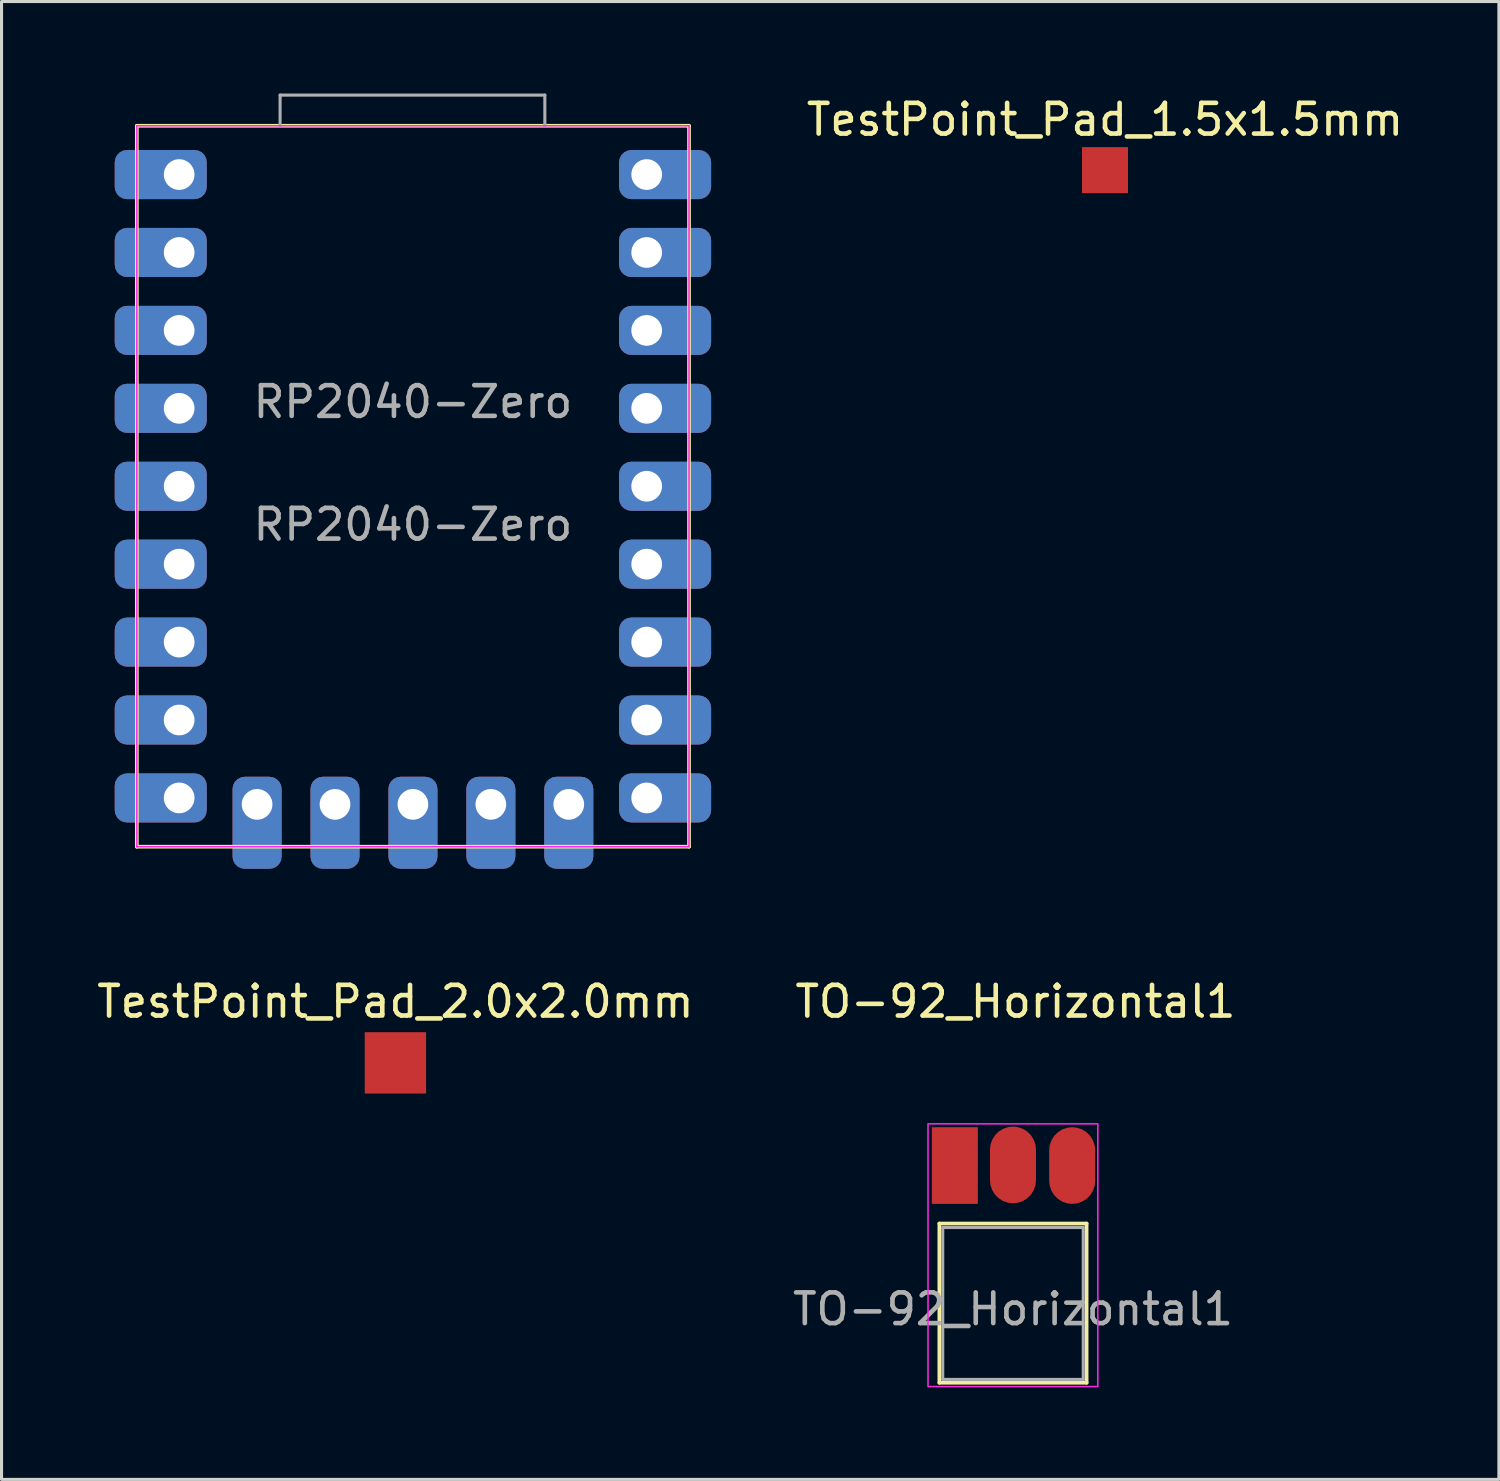
<source format=kicad_pcb>
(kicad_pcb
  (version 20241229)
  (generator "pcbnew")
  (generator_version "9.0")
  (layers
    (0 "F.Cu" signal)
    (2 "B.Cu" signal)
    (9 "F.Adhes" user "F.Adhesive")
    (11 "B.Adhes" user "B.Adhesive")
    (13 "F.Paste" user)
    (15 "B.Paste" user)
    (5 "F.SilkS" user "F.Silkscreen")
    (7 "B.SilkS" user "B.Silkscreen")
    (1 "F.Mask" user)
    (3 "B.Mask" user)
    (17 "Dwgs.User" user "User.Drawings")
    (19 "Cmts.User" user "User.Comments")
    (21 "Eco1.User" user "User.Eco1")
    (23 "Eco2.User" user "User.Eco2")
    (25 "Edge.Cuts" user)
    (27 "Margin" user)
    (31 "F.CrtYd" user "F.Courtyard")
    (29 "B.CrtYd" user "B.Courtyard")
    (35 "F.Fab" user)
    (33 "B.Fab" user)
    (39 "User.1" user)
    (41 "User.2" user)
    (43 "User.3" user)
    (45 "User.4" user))
  (footprint "TestPoint_Pad_1.5x1.5mm"
    (layer "F.Cu")
    (at 32.969 2.496)
    (property "Reference" "TestPoint_Pad_1.5x1.5mm" (at 0 -1.648 0) (layer "F.SilkS") (effects (font (size 1 1) (thickness 0.15))))
    (attr exclude_from_pos_files exclude_from_bom)
    (pad "1" smd rect (at 0 0) (size 1.5 1.5) (layers "F.Cu" "F.Mask")))
  (footprint "TestPoint_Pad_2.0x2.0mm"
    (layer "F.Cu")
    (at 9.839 31.596)
    (property "Reference" "TestPoint_Pad_2.0x2.0mm" (at 0 -1.998 0) (layer "F.SilkS") (effects (font (size 1 1) (thickness 0.15))))
    (attr exclude_from_pos_files exclude_from_bom)
    (pad "1" smd rect (at 0 0) (size 2 2) (layers "F.Cu" "F.Mask")))
  (footprint "TO-92_Horizontal1"
    (layer "F.Cu")
    (at 28.7 33.023)
    (property "Reference" "TO-92_Horizontal1" (at 1.35 -3.425 0) (layer "F.SilkS") (effects (font (size 1 1) (thickness 0.15))))
    (attr through_hole)
    (fp_line (start -1.13 3.81) (end 3.67 3.81) (stroke (width 0.12) (type solid)) (layer "F.SilkS"))
    (fp_line (start -1.13 9) (end -1.13 3.81) (stroke (width 0.12) (type solid)) (layer "F.SilkS"))
    (fp_line (start 3.67 3.81) (end 3.67 9) (stroke (width 0.12) (type solid)) (layer "F.SilkS"))
    (fp_line (start 3.67 9) (end -1.13 9) (stroke (width 0.12) (type solid)) (layer "F.SilkS"))
    (fp_rect (start -1.5 0.56) (end 4.035 9.125) (stroke (width 0.05) (type default)) (fill no) (layer "F.CrtYd"))
    (fp_line (start -1.02 3.94) (end 3.56 3.94) (stroke (width 0.1) (type solid)) (layer "F.Fab"))
    (fp_line (start -1.02 8.89) (end -1.02 3.94) (stroke (width 0.1) (type solid)) (layer "F.Fab"))
    (fp_line (start 3.56 3.94) (end 3.56 8.89) (stroke (width 0.1) (type solid)) (layer "F.Fab"))
    (fp_line (start 3.56 8.89) (end -1.02 8.89) (stroke (width 0.1) (type solid)) (layer "F.Fab"))
    (fp_text user "${REFERENCE}" (at 1.27 6.6 0) (layer "F.Fab") (effects (font (size 1 1) (thickness 0.15))))
    (pad "1" smd rect (at -0.625 1.92 90) (size 2.5 1.5) (layers "F.Cu" "F.Mask" "F.Paste"))
    (pad "2" smd roundrect (at 1.27 1.9 90) (size 2.5 1.5) (layers "F.Cu" "F.Mask" "F.Paste") (roundrect_rratio 0.5))
    (pad "3" smd roundrect (at 3.2 1.92 90) (size 2.5 1.5) (layers "F.Cu" "F.Mask" "F.Paste") (roundrect_rratio 0.5)))
  (footprint "RP2040-Zero"
    (layer "F.Cu")
    (at 0.25 25.5)
    (property "Reference" "RP2040-Zero" (at 10.16 -15.45 0) (unlocked yes) (layer "F.Fab") (effects (font (size 1 1) (thickness 0.15))))
    (attr through_hole)
    (fp_line (start 1.16 -24.45) (end 1.16 -0.95) (stroke (width 0.12) (type solid)) (layer "F.SilkS"))
    (fp_line (start 1.16 -0.95) (end 19.16 -0.95) (stroke (width 0.12) (type solid)) (layer "F.SilkS"))
    (fp_line (start 19.16 -24.45) (end 1.16 -24.45) (stroke (width 0.12) (type solid)) (layer "F.SilkS"))
    (fp_line (start 19.16 -0.95) (end 19.16 -24.45) (stroke (width 0.12) (type solid)) (layer "F.SilkS"))
    (fp_line (start 1.16 -24.45) (end 19.16 -24.45) (stroke (width 0.05) (type solid)) (layer "F.CrtYd"))
    (fp_line (start 1.16 -0.95) (end 1.16 -24.45) (stroke (width 0.05) (type solid)) (layer "F.CrtYd"))
    (fp_line (start 19.16 -24.45) (end 19.16 -0.95) (stroke (width 0.05) (type solid)) (layer "F.CrtYd"))
    (fp_line (start 19.16 -0.95) (end 1.16 -0.95) (stroke (width 0.05) (type solid)) (layer "F.CrtYd"))
    (fp_line (start 5.83 -25.45) (end 5.83 -24.45) (stroke (width 0.1) (type solid)) (layer "F.Fab"))
    (fp_line (start 5.83 -25.45) (end 14.46 -25.45) (stroke (width 0.1) (type solid)) (layer "F.Fab"))
    (fp_line (start 14.46 -25.45) (end 14.46 -24.45) (stroke (width 0.1) (type solid)) (layer "F.Fab"))
    (fp_text user "${REFERENCE}" (at 10.16 -11.45 0) (unlocked yes) (layer "F.Fab") (effects (font (size 1 1) (thickness 0.15))))
    (pad "1" thru_hole roundrect (at 17.78 -22.86) (size 3 1.6) (drill 1 (offset 0.6 0)) (layers "*.Cu" "*.Mask") (roundrect_rratio 0.25))
    (pad "2" thru_hole roundrect (at 17.78 -20.32) (size 3 1.6) (drill 1 (offset 0.6 0)) (layers "*.Cu" "*.Mask") (roundrect_rratio 0.25))
    (pad "3" thru_hole roundrect (at 17.78 -17.78) (size 3 1.6) (drill 1 (offset 0.6 0)) (layers "*.Cu" "*.Mask") (roundrect_rratio 0.25))
    (pad "4" thru_hole roundrect (at 17.78 -15.24) (size 3 1.6) (drill 1 (offset 0.6 0)) (layers "*.Cu" "*.Mask") (roundrect_rratio 0.25))
    (pad "5" thru_hole roundrect (at 17.78 -12.7) (size 3 1.6) (drill 1 (offset 0.6 0)) (layers "*.Cu" "*.Mask") (roundrect_rratio 0.25))
    (pad "6" thru_hole roundrect (at 17.78 -10.16) (size 3 1.6) (drill 1 (offset 0.6 0)) (layers "*.Cu" "*.Mask") (roundrect_rratio 0.25))
    (pad "7" thru_hole roundrect (at 17.78 -7.62) (size 3 1.6) (drill 1 (offset 0.6 0)) (layers "*.Cu" "*.Mask") (roundrect_rratio 0.25))
    (pad "8" thru_hole roundrect (at 17.78 -5.08) (size 3 1.6) (drill 1 (offset 0.6 0)) (layers "*.Cu" "*.Mask") (roundrect_rratio 0.25))
    (pad "9" thru_hole roundrect (at 17.78 -2.54) (size 3 1.6) (drill 1 (offset 0.6 0)) (layers "*.Cu" "*.Mask") (roundrect_rratio 0.25))
    (pad "10" thru_hole roundrect (at 15.24 -2.33) (size 1.6 3) (drill 1 (offset 0 0.6)) (layers "*.Cu" "*.Mask") (roundrect_rratio 0.25))
    (pad "11" thru_hole roundrect (at 12.7 -2.33) (size 1.6 3) (drill 1 (offset 0 0.6)) (layers "*.Cu" "*.Mask") (roundrect_rratio 0.25))
    (pad "12" thru_hole roundrect (at 10.16 -2.33) (size 1.6 3) (drill 1 (offset 0 0.6)) (layers "*.Cu" "*.Mask") (roundrect_rratio 0.25))
    (pad "13" thru_hole roundrect (at 7.62 -2.33) (size 1.6 3) (drill 1 (offset 0 0.6)) (layers "*.Cu" "*.Mask") (roundrect_rratio 0.25))
    (pad "14" thru_hole roundrect (at 5.08 -2.33) (size 1.6 3) (drill 1 (offset 0 0.6)) (layers "*.Cu" "*.Mask") (roundrect_rratio 0.25))
    (pad "15" thru_hole roundrect (at 2.54 -2.54) (size 3 1.6) (drill 1 (offset -0.6 0)) (layers "*.Cu" "*.Mask") (roundrect_rratio 0.25))
    (pad "16" thru_hole roundrect (at 2.54 -5.08) (size 3 1.6) (drill 1 (offset -0.6 0)) (layers "*.Cu" "*.Mask") (roundrect_rratio 0.25))
    (pad "17" thru_hole roundrect (at 2.54 -7.62) (size 3 1.6) (drill 1 (offset -0.6 0)) (layers "*.Cu" "*.Mask") (roundrect_rratio 0.25))
    (pad "18" thru_hole roundrect (at 2.54 -10.16) (size 3 1.6) (drill 1 (offset -0.6 0)) (layers "*.Cu" "*.Mask") (roundrect_rratio 0.25))
    (pad "19" thru_hole roundrect (at 2.54 -22.86) (size 3 1.6) (drill 1 (offset -0.6 0)) (layers "*.Cu" "*.Mask") (roundrect_rratio 0.25))
    (pad "20" thru_hole roundrect (at 2.54 -20.32) (size 3 1.6) (drill 1 (offset -0.6 0)) (layers "*.Cu" "*.Mask") (roundrect_rratio 0.25))
    (pad "21" thru_hole roundrect (at 2.54 -17.78) (size 3 1.6) (drill 1 (offset -0.6 0)) (layers "*.Cu" "*.Mask") (roundrect_rratio 0.25))
    (pad "22" thru_hole roundrect (at 2.54 -12.7) (size 3 1.6) (drill 1 (offset -0.6 0)) (layers "*.Cu" "*.Mask") (roundrect_rratio 0.25))
    (pad "23" thru_hole roundrect (at 2.54 -15.24) (size 3 1.6) (drill 1 (offset -0.6 0)) (layers "*.Cu" "*.Mask") (roundrect_rratio 0.25)))
  (gr_rect
    (start -3 -3)
    (end 45.809 45.173)
    (stroke (width 0.1) (type default))
    (fill no)
    (layer "Edge.Cuts")))
</source>
